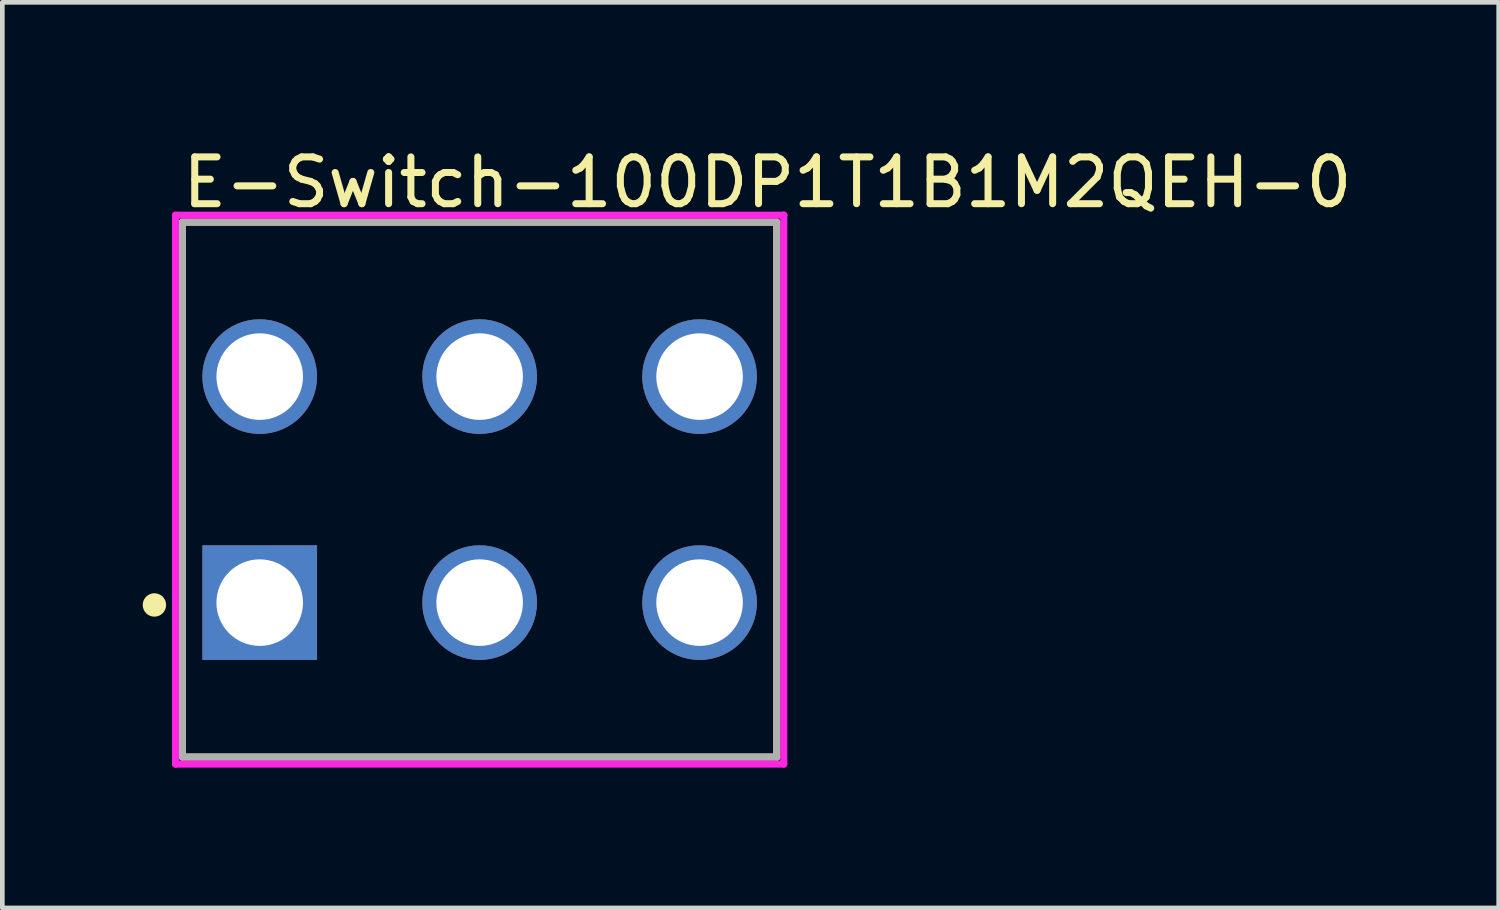
<source format=kicad_pcb>
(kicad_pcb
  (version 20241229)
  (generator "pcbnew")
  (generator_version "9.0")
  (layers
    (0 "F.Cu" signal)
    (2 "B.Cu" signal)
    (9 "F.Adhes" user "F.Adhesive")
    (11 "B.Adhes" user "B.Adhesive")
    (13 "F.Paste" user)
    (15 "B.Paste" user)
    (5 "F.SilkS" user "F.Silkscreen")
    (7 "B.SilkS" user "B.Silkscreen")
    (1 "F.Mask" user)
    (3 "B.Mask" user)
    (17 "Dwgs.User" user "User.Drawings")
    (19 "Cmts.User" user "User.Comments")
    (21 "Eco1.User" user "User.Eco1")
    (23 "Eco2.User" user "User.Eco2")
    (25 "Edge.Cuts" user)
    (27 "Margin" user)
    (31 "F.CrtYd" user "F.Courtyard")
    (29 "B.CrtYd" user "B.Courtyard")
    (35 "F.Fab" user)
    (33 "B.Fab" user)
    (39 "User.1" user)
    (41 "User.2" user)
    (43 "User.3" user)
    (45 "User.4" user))
  (footprint "E-Switch-100DP1T1B1M2QEH-0"
    (layer "F.Cu")
    (at 7.2 7.413)
    (property "Reference" "E-Switch-100DP1T1B1M2QEH-0" (at -6.425 -6.565 0) (layer "F.SilkS") (effects (font (size 1 1) (thickness 0.15)) (justify left)))
    (attr through_hole)
    (fp_line (start -6.35 -5.715) (end 6.35 -5.715) (stroke (width 0.15) (type solid)) (layer "F.SilkS"))
    (fp_line (start -6.35 5.715) (end -6.35 -5.715) (stroke (width 0.15) (type solid)) (layer "F.SilkS"))
    (fp_line (start 6.35 -5.715) (end 6.35 5.715) (stroke (width 0.15) (type solid)) (layer "F.SilkS"))
    (fp_line (start 6.35 5.715) (end -6.35 5.715) (stroke (width 0.15) (type solid)) (layer "F.SilkS"))
    (fp_circle (center -6.95 2.465) (end -6.825 2.465) (stroke (width 0.25) (type solid)) (fill no) (layer "F.SilkS"))
    (fp_line (start -6.5 -5.865) (end -6.5 5.865) (stroke (width 0.15) (type solid)) (layer "F.CrtYd"))
    (fp_line (start -6.5 5.865) (end 6.5 5.865) (stroke (width 0.15) (type solid)) (layer "F.CrtYd"))
    (fp_line (start 6.5 -5.865) (end -6.5 -5.865) (stroke (width 0.15) (type solid)) (layer "F.CrtYd"))
    (fp_line (start 6.5 -5.865) (end 6.5 -5.865) (stroke (width 0.15) (type solid)) (layer "F.CrtYd"))
    (fp_line (start 6.5 5.865) (end 6.5 -5.865) (stroke (width 0.15) (type solid)) (layer "F.CrtYd"))
    (fp_line (start -6.35 -5.715) (end 6.35 -5.715) (stroke (width 0.15) (type solid)) (layer "F.Fab"))
    (fp_line (start -6.35 5.715) (end -6.35 -5.715) (stroke (width 0.15) (type solid)) (layer "F.Fab"))
    (fp_line (start 6.35 -5.715) (end 6.35 5.715) (stroke (width 0.15) (type solid)) (layer "F.Fab"))
    (fp_line (start 6.35 5.715) (end -6.35 5.715) (stroke (width 0.15) (type solid)) (layer "F.Fab"))
    (pad "1" thru_hole rect (at -4.7 2.415) (size 2.45 2.45) (drill 1.85) (layers "*.Cu"))
    (pad "2" thru_hole circle (at 0 2.415) (size 2.45 2.45) (drill 1.85) (layers "*.Cu"))
    (pad "3" thru_hole circle (at 4.7 2.415) (size 2.45 2.45) (drill 1.85) (layers "*.Cu"))
    (pad "4" thru_hole circle (at -4.7 -2.415) (size 2.45 2.45) (drill 1.85) (layers "*.Cu"))
    (pad "5" thru_hole circle (at 0 -2.415) (size 2.45 2.45) (drill 1.85) (layers "*.Cu"))
    (pad "6" thru_hole circle (at 4.7 -2.415) (size 2.45 2.45) (drill 1.85) (layers "*.Cu")))
  (gr_rect
    (start -3 -3)
    (end 28.977 16.353)
    (stroke (width 0.1) (type default))
    (fill no)
    (layer "Edge.Cuts")))
</source>
